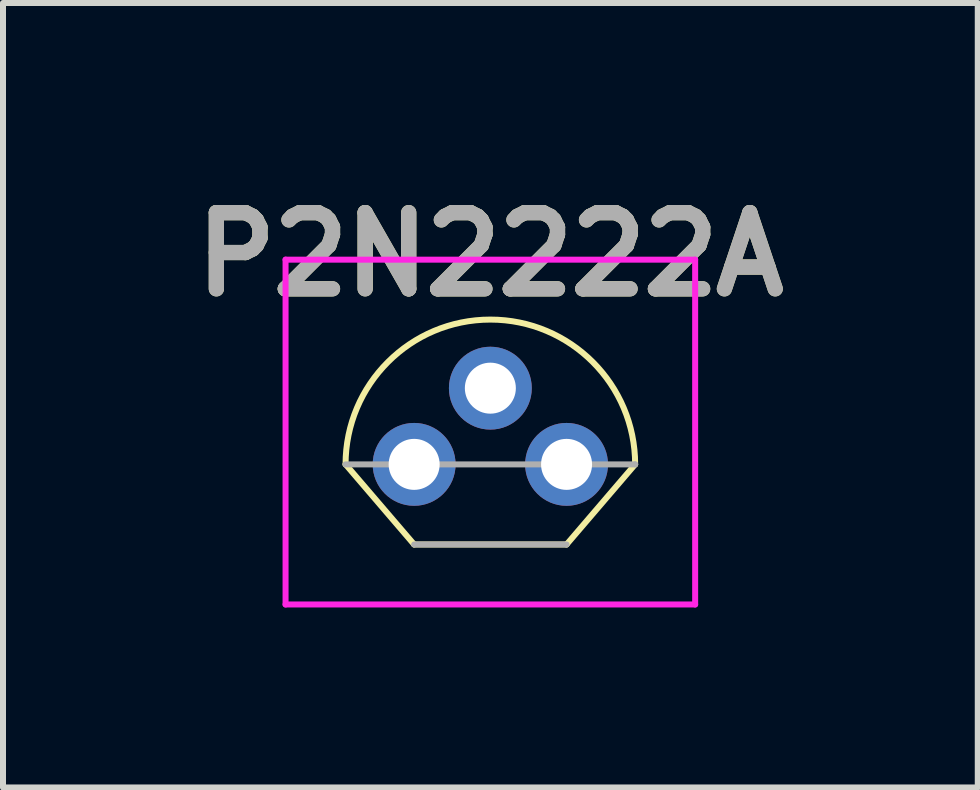
<source format=kicad_pcb>
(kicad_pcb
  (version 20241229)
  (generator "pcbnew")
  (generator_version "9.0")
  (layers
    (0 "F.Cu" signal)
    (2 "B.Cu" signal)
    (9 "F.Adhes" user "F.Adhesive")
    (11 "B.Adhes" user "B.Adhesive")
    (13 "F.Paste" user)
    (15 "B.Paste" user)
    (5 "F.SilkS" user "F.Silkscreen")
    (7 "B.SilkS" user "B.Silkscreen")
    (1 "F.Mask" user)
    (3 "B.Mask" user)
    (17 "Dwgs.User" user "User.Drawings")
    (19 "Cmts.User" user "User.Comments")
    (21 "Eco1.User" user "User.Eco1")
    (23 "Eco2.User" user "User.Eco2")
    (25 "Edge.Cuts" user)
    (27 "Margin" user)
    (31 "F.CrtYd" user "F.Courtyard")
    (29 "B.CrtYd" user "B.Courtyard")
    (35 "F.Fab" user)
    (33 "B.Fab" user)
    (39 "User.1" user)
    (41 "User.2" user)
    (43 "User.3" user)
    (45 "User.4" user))
  (footprint "P2N2222A"
    (layer "F.Cu")
    (at 3.852 4.689)
    (property "Reference" "P2N2222A" (at 1.27 -3.5 0) (layer "F.SilkS") (effects (font (size 1.27 1.27) (thickness 0.254))))
    (attr through_hole)
    (fp_line (start -1.143 0) (end -0.000011 1.335) (stroke (width 0.1) (type solid)) (layer "F.SilkS"))
    (fp_line (start 0 1.335) (end 2.54 1.335) (stroke (width 0.1) (type solid)) (layer "F.SilkS"))
    (fp_line (start 2.54 1.335) (end 3.683 -0.000009) (stroke (width 0.1) (type solid)) (layer "F.SilkS"))
    (fp_arc (start -1.143 0) (mid 1.27 -2.413) (end 3.683 0) (stroke (width 0.1) (type solid)) (layer "F.SilkS"))
    (fp_line (start -2.143 -3.412) (end 4.683 -3.412) (stroke (width 0.1) (type solid)) (layer "F.CrtYd"))
    (fp_line (start -2.143 2.335) (end -2.143 -3.412) (stroke (width 0.1) (type solid)) (layer "F.CrtYd"))
    (fp_line (start 4.683 -3.412) (end 4.683 2.335) (stroke (width 0.1) (type solid)) (layer "F.CrtYd"))
    (fp_line (start 4.683 2.335) (end -2.143 2.335) (stroke (width 0.1) (type solid)) (layer "F.CrtYd"))
    (fp_line (start -1.143 0) (end 3.683 0) (stroke (width 0.1) (type solid)) (layer "F.Fab"))
    (fp_line (start 0 1.335) (end 2.54 1.335) (stroke (width 0.1) (type solid)) (layer "F.Fab"))
    (fp_line (start 3.683 0) (end 3.683 0) (stroke (width 0.1) (type solid)) (layer "F.Fab"))
    (fp_text user "${REFERENCE}" (at 1.27 -3.5 0) (layer "F.Fab") (effects (font (size 1.27 1.27) (thickness 0.254))))
    (pad "1" thru_hole circle (at 0 0) (size 1.381 1.381) (drill 0.85) (layers "*.Cu" "*.Mask"))
    (pad "2" thru_hole circle (at 1.27 -1.27) (size 1.381 1.381) (drill 0.85) (layers "*.Cu" "*.Mask"))
    (pad "3" thru_hole circle (at 2.54 0) (size 1.381 1.381) (drill 0.85) (layers "*.Cu" "*.Mask")))
  (gr_rect
    (start -3 -3)
    (end 13.245 10.074)
    (stroke (width 0.1) (type default))
    (fill no)
    (layer "Edge.Cuts")))
</source>
